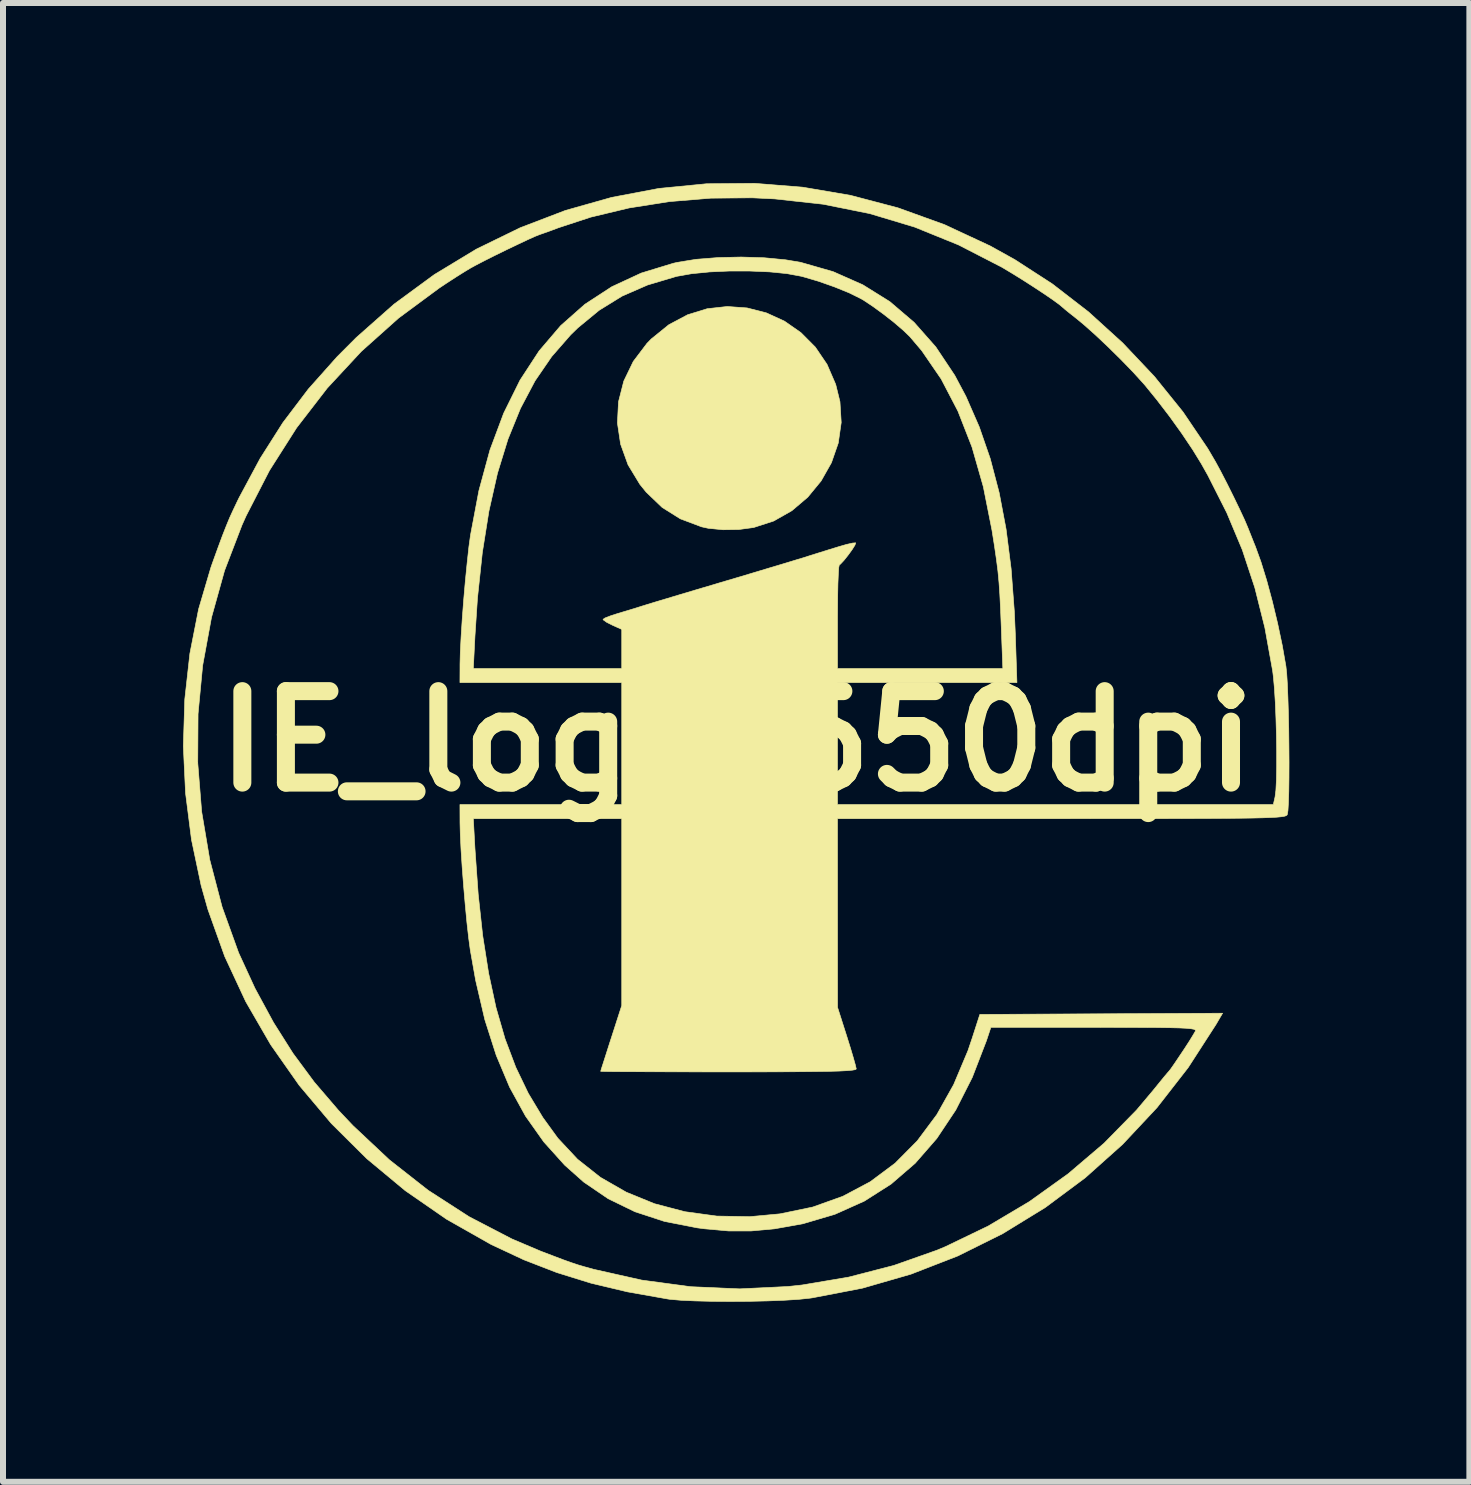
<source format=kicad_pcb>
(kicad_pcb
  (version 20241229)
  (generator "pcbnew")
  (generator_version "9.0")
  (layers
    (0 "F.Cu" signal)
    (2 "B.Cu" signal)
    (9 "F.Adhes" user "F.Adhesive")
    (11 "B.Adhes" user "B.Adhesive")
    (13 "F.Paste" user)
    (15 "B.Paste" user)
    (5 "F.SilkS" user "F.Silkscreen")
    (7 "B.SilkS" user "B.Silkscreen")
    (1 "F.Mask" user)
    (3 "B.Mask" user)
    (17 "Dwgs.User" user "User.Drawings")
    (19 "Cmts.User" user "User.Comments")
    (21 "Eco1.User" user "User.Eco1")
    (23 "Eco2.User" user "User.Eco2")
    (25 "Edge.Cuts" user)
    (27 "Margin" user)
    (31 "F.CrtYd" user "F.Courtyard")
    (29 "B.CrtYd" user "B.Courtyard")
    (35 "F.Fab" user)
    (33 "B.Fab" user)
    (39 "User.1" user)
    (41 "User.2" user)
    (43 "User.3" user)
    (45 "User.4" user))
  (footprint "IE_logo_650dpi"
    (layer "F.Cu")
    (at 9.225 9.301)
    (property "Reference" "IE_logo_650dpi" (at 0 0 0) (layer "F.SilkS") (effects (font (size 1.524 1.524) (thickness 0.3))))
    (attr through_hole)
    (fp_poly (pts (xy 0.174 -7.22) (xy 0.494 -7.138) (xy 0.796 -7) (xy 1.07 -6.809) (xy 1.31 -6.568) (xy 1.506 -6.279) (xy 1.65 -5.946) (xy 1.721 -5.658) (xy 1.742 -5.311) (xy 1.693 -4.969) (xy 1.579 -4.641) (xy 1.407 -4.337) (xy 1.185 -4.067) (xy 0.919 -3.841) (xy 0.616 -3.669) (xy 0.282 -3.561) (xy 0.281 -3.561) (xy 0.036 -3.528) (xy -0.227 -3.524) (xy -0.472 -3.548) (xy -0.586 -3.573) (xy -0.939 -3.706) (xy -1.242 -3.896) (xy -1.507 -4.15) (xy -1.613 -4.281) (xy -1.81 -4.606) (xy -1.934 -4.95) (xy -1.987 -5.303) (xy -1.969 -5.656) (xy -1.881 -6.001) (xy -1.723 -6.328) (xy -1.496 -6.628) (xy -1.423 -6.703) (xy -1.132 -6.939) (xy -0.818 -7.106) (xy -0.491 -7.207) (xy -0.157 -7.244) (xy 0.174 -7.22)) (stroke (width 0.01) (type solid)) (fill yes) (layer "F.SilkS"))
    (fp_poly (pts (xy 1.099 -9.232) (xy 1.897 -9.096) (xy 2.687 -8.888) (xy 3.465 -8.607) (xy 4.226 -8.252) (xy 4.635 -8.025) (xy 5.259 -7.621) (xy 5.862 -7.155) (xy 6.433 -6.636) (xy 6.961 -6.077) (xy 7.437 -5.487) (xy 7.849 -4.878) (xy 7.98 -4.654) (xy 8.068 -4.492) (xy 8.17 -4.294) (xy 8.277 -4.079) (xy 8.378 -3.87) (xy 8.463 -3.688) (xy 8.519 -3.556) (xy 8.573 -3.42) (xy 8.621 -3.299) (xy 8.644 -3.243) (xy 8.736 -2.989) (xy 8.832 -2.678) (xy 8.926 -2.329) (xy 9.014 -1.962) (xy 9.091 -1.597) (xy 9.151 -1.255) (xy 9.152 -1.25) (xy 9.165 -1.129) (xy 9.176 -0.952) (xy 9.185 -0.73) (xy 9.193 -0.477) (xy 9.199 -0.205) (xy 9.202 0.075) (xy 9.204 0.35) (xy 9.203 0.607) (xy 9.2 0.835) (xy 9.194 1.022) (xy 9.186 1.155) (xy 9.175 1.221) (xy 9.167 1.233) (xy 9.149 1.243) (xy 9.119 1.252) (xy 9.069 1.259) (xy 8.997 1.266) (xy 8.897 1.271) (xy 8.765 1.276) (xy 8.596 1.28) (xy 8.386 1.283) (xy 8.129 1.285) (xy 7.822 1.287) (xy 7.459 1.288) (xy 7.036 1.289) (xy 6.549 1.289) (xy 5.992 1.289) (xy 5.413 1.29) (xy 1.68 1.29) (xy 1.681 4.435) (xy 1.837 4.924) (xy 1.895 5.11) (xy 1.943 5.271) (xy 1.977 5.392) (xy 1.992 5.457) (xy 1.993 5.461) (xy 1.977 5.472) (xy 1.928 5.481) (xy 1.84 5.489) (xy 1.708 5.496) (xy 1.527 5.501) (xy 1.291 5.504) (xy 0.996 5.507) (xy 0.637 5.509) (xy 0.208 5.51) (xy -0.137 5.51) (xy -0.537 5.51) (xy -0.912 5.509) (xy -1.256 5.508) (xy -1.561 5.507) (xy -1.82 5.506) (xy -2.027 5.505) (xy -2.174 5.503) (xy -2.253 5.501) (xy -2.266 5.5) (xy -2.255 5.461) (xy -2.223 5.362) (xy -2.176 5.215) (xy -2.118 5.033) (xy -2.09 4.947) (xy -1.915 4.404) (xy -1.915 1.29) (xy -4.388 1.29) (xy -4.361 1.788) (xy -4.307 2.549) (xy -4.232 3.24) (xy -4.133 3.868) (xy -4.01 4.439) (xy -3.86 4.958) (xy -3.681 5.432) (xy -3.472 5.867) (xy -3.231 6.268) (xy -2.981 6.613) (xy -2.652 6.965) (xy -2.27 7.267) (xy -1.84 7.514) (xy -1.37 7.706) (xy -0.865 7.839) (xy -0.334 7.912) (xy 0.218 7.922) (xy 0.723 7.875) (xy 1.267 7.762) (xy 1.768 7.583) (xy 2.226 7.34) (xy 2.639 7.032) (xy 3.009 6.659) (xy 3.335 6.222) (xy 3.616 5.721) (xy 3.854 5.156) (xy 3.924 4.949) (xy 4.052 4.552) (xy 6.075 4.542) (xy 8.097 4.532) (xy 7.988 4.718) (xy 7.524 5.437) (xy 7.004 6.105) (xy 6.43 6.718) (xy 5.808 7.274) (xy 5.14 7.771) (xy 4.431 8.206) (xy 3.684 8.577) (xy 2.904 8.88) (xy 2.093 9.114) (xy 1.257 9.275) (xy 1.214 9.281) (xy 1.033 9.3) (xy 0.793 9.315) (xy 0.513 9.326) (xy 0.208 9.333) (xy -0.105 9.335) (xy -0.41 9.333) (xy -0.691 9.326) (xy -0.931 9.315) (xy -1.114 9.299) (xy -1.153 9.293) (xy -1.819 9.175) (xy -2.428 9.03) (xy -2.998 8.853) (xy -3.548 8.64) (xy -4.096 8.383) (xy -4.103 8.379) (xy -4.835 7.964) (xy -5.523 7.488) (xy -6.164 6.955) (xy -6.754 6.369) (xy -7.289 5.734) (xy -7.765 5.056) (xy -8.18 4.339) (xy -8.53 3.587) (xy -8.81 2.805) (xy -8.924 2.401) (xy -9.084 1.642) (xy -9.183 0.865) (xy -9.207 0.361) (xy -8.98 0.361) (xy -8.915 1.173) (xy -8.78 1.975) (xy -8.574 2.762) (xy -8.299 3.525) (xy -8.027 4.116) (xy -7.718 4.686) (xy -7.394 5.199) (xy -7.039 5.679) (xy -6.637 6.148) (xy -6.395 6.404) (xy -5.787 6.975) (xy -5.14 7.483) (xy -4.458 7.923) (xy -3.744 8.294) (xy -3.263 8.498) (xy -3.045 8.581) (xy -2.882 8.643) (xy -2.755 8.688) (xy -2.644 8.725) (xy -2.532 8.758) (xy -2.4 8.794) (xy -2.393 8.797) (xy -1.582 8.979) (xy -0.765 9.089) (xy 0.05 9.125) (xy 0.854 9.086) (xy 1.094 9.06) (xy 1.864 8.93) (xy 2.618 8.735) (xy 3.337 8.481) (xy 3.478 8.422) (xy 4.192 8.078) (xy 4.877 7.671) (xy 5.523 7.208) (xy 6.122 6.698) (xy 6.663 6.146) (xy 6.939 5.818) (xy 7.042 5.691) (xy 7.126 5.588) (xy 7.181 5.523) (xy 7.193 5.51) (xy 7.229 5.466) (xy 7.294 5.373) (xy 7.376 5.251) (xy 7.465 5.118) (xy 7.547 4.991) (xy 7.61 4.888) (xy 7.644 4.829) (xy 7.645 4.826) (xy 7.643 4.812) (xy 7.621 4.8) (xy 7.573 4.791) (xy 7.492 4.783) (xy 7.371 4.777) (xy 7.204 4.773) (xy 6.985 4.77) (xy 6.708 4.769) (xy 6.365 4.768) (xy 5.952 4.767) (xy 4.236 4.767) (xy 4.161 4.992) (xy 3.926 5.601) (xy 3.651 6.144) (xy 3.334 6.62) (xy 2.975 7.032) (xy 2.573 7.379) (xy 2.127 7.663) (xy 1.636 7.883) (xy 1.1 8.041) (xy 0.629 8.125) (xy 0.242 8.16) (xy -0.135 8.16) (xy -0.536 8.124) (xy -0.659 8.108) (xy -1.204 8.001) (xy -1.695 7.84) (xy -2.141 7.623) (xy -2.549 7.345) (xy -2.866 7.063) (xy -3.214 6.676) (xy -3.519 6.245) (xy -3.783 5.765) (xy -4.007 5.232) (xy -4.196 4.641) (xy -4.349 3.986) (xy -4.439 3.478) (xy -4.466 3.277) (xy -4.495 3.019) (xy -4.523 2.724) (xy -4.55 2.41) (xy -4.574 2.098) (xy -4.593 1.805) (xy -4.605 1.552) (xy -4.61 1.358) (xy -4.611 1.055) (xy -1.915 1.055) (xy -1.915 -0.977) (xy -4.611 -0.977) (xy -4.61 -1.211) (xy -4.388 -1.211) (xy -1.915 -1.211) (xy -1.915 -1.864) (xy -2.071 -1.934) (xy -2.166 -1.982) (xy -2.221 -2.021) (xy -2.227 -2.031) (xy -2.193 -2.054) (xy -2.103 -2.089) (xy -1.983 -2.128) (xy -1.825 -2.175) (xy -1.671 -2.222) (xy -1.583 -2.25) (xy -1.506 -2.274) (xy -1.365 -2.317) (xy -1.171 -2.375) (xy -0.935 -2.446) (xy -0.667 -2.526) (xy -0.379 -2.611) (xy -0.293 -2.637) (xy 0.008 -2.726) (xy 0.299 -2.813) (xy 0.568 -2.894) (xy 0.802 -2.964) (xy 0.989 -3.021) (xy 1.116 -3.059) (xy 1.133 -3.065) (xy 1.324 -3.125) (xy 1.532 -3.19) (xy 1.695 -3.24) (xy 1.829 -3.279) (xy 1.931 -3.302) (xy 1.982 -3.306) (xy 1.983 -3.305) (xy 1.971 -3.268) (xy 1.924 -3.193) (xy 1.858 -3.102) (xy 1.788 -3.014) (xy 1.731 -2.953) (xy 1.71 -2.937) (xy 1.701 -2.896) (xy 1.694 -2.788) (xy 1.687 -2.625) (xy 1.683 -2.418) (xy 1.681 -2.178) (xy 1.68 -2.068) (xy 1.68 -1.211) (xy 3.058 -1.211) (xy 4.435 -1.211) (xy 4.409 -1.905) (xy 4.397 -2.203) (xy 4.385 -2.443) (xy 4.371 -2.647) (xy 4.353 -2.836) (xy 4.328 -3.031) (xy 4.296 -3.252) (xy 4.254 -3.517) (xy 4.11 -4.241) (xy 3.921 -4.902) (xy 3.687 -5.5) (xy 3.408 -6.035) (xy 3.083 -6.509) (xy 2.886 -6.741) (xy 2.776 -6.847) (xy 2.622 -6.979) (xy 2.446 -7.117) (xy 2.269 -7.246) (xy 2.114 -7.349) (xy 2.069 -7.375) (xy 1.875 -7.471) (xy 1.631 -7.57) (xy 1.365 -7.664) (xy 1.106 -7.74) (xy 1.075 -7.748) (xy 0.837 -7.792) (xy 0.544 -7.821) (xy 0.217 -7.835) (xy -0.123 -7.835) (xy -0.453 -7.82) (xy -0.753 -7.79) (xy -1.001 -7.746) (xy -1.005 -7.745) (xy -1.485 -7.602) (xy -1.909 -7.417) (xy -2.291 -7.181) (xy -2.648 -6.887) (xy -2.767 -6.771) (xy -3.082 -6.41) (xy -3.361 -6.003) (xy -3.603 -5.545) (xy -3.811 -5.033) (xy -3.986 -4.465) (xy -4.128 -3.836) (xy -4.238 -3.144) (xy -4.319 -2.384) (xy -4.361 -1.749) (xy -4.388 -1.211) (xy -4.61 -1.211) (xy -4.61 -1.28) (xy -4.605 -1.479) (xy -4.592 -1.736) (xy -4.573 -2.034) (xy -4.549 -2.351) (xy -4.521 -2.671) (xy -4.491 -2.972) (xy -4.462 -3.238) (xy -4.435 -3.435) (xy -4.295 -4.176) (xy -4.111 -4.853) (xy -3.882 -5.466) (xy -3.61 -6.016) (xy -3.293 -6.502) (xy -2.933 -6.924) (xy -2.529 -7.281) (xy -2.081 -7.573) (xy -1.59 -7.801) (xy -1.056 -7.964) (xy -0.991 -7.979) (xy -0.676 -8.03) (xy -0.312 -8.059) (xy 0.075 -8.068) (xy 0.459 -8.056) (xy 0.815 -8.022) (xy 1.065 -7.98) (xy 1.606 -7.825) (xy 2.101 -7.606) (xy 2.552 -7.325) (xy 2.957 -6.979) (xy 3.318 -6.57) (xy 3.634 -6.096) (xy 3.821 -5.744) (xy 4.042 -5.238) (xy 4.226 -4.706) (xy 4.374 -4.141) (xy 4.489 -3.534) (xy 4.573 -2.875) (xy 4.627 -2.157) (xy 4.643 -1.788) (xy 4.67 -0.977) (xy 3.175 -0.977) (xy 1.68 -0.977) (xy 1.68 1.055) (xy 8.942 1.055) (xy 8.971 0.928) (xy 8.985 0.817) (xy 8.994 0.643) (xy 8.998 0.421) (xy 8.998 0.166) (xy 8.994 -0.107) (xy 8.986 -0.384) (xy 8.975 -0.649) (xy 8.96 -0.887) (xy 8.942 -1.083) (xy 8.931 -1.172) (xy 8.801 -1.892) (xy 8.634 -2.558) (xy 8.425 -3.19) (xy 8.167 -3.806) (xy 7.853 -4.427) (xy 7.743 -4.623) (xy 7.598 -4.859) (xy 7.416 -5.13) (xy 7.212 -5.414) (xy 7.001 -5.689) (xy 6.801 -5.935) (xy 6.77 -5.97) (xy 6.602 -6.155) (xy 6.402 -6.361) (xy 6.188 -6.572) (xy 5.977 -6.771) (xy 5.786 -6.941) (xy 5.666 -7.04) (xy 5.556 -7.127) (xy 5.472 -7.195) (xy 5.432 -7.23) (xy 5.432 -7.23) (xy 5.376 -7.277) (xy 5.269 -7.355) (xy 5.123 -7.455) (xy 4.953 -7.567) (xy 4.774 -7.682) (xy 4.6 -7.79) (xy 4.445 -7.883) (xy 4.416 -7.9) (xy 3.697 -8.27) (xy 2.966 -8.567) (xy 2.217 -8.792) (xy 1.441 -8.948) (xy 0.633 -9.037) (xy 0.261 -9.055) (xy -0.43 -9.049) (xy -1.12 -8.992) (xy -1.793 -8.886) (xy -2.431 -8.733) (xy -2.97 -8.556) (xy -3.106 -8.505) (xy -3.227 -8.462) (xy -3.282 -8.443) (xy -3.358 -8.413) (xy -3.487 -8.355) (xy -3.652 -8.277) (xy -3.838 -8.188) (xy -4.028 -8.095) (xy -4.205 -8.006) (xy -4.353 -7.929) (xy -4.435 -7.884) (xy -4.533 -7.825) (xy -4.675 -7.736) (xy -4.838 -7.63) (xy -4.958 -7.55) (xy -5.633 -7.051) (xy -6.255 -6.495) (xy -6.822 -5.884) (xy -7.333 -5.222) (xy -7.785 -4.511) (xy -8.174 -3.755) (xy -8.243 -3.601) (xy -8.533 -2.845) (xy -8.751 -2.063) (xy -8.898 -1.264) (xy -8.975 -0.454) (xy -8.98 0.361) (xy -9.207 0.361) (xy -9.22 0.081) (xy -9.196 -0.698) (xy -9.111 -1.462) (xy -8.966 -2.2) (xy -8.76 -2.899) (xy -8.735 -2.97) (xy -8.642 -3.227) (xy -8.568 -3.427) (xy -8.505 -3.587) (xy -8.448 -3.725) (xy -8.387 -3.858) (xy -8.318 -4.003) (xy -8.29 -4.06) (xy -7.94 -4.712) (xy -7.561 -5.309) (xy -7.138 -5.867) (xy -6.658 -6.406) (xy -6.342 -6.723) (xy -5.709 -7.283) (xy -5.039 -7.775) (xy -4.337 -8.2) (xy -3.607 -8.556) (xy -2.855 -8.844) (xy -2.083 -9.062) (xy -1.298 -9.211) (xy -0.503 -9.289) (xy 0.298 -9.296) (xy 1.099 -9.232)) (stroke (width 0.01) (type solid)) (fill yes) (layer "F.SilkS")))
  (gr_rect
    (start -3 -3)
    (end 21.434 21.641)
    (stroke (width 0.1) (type default))
    (fill no)
    (layer "Edge.Cuts")))
</source>
